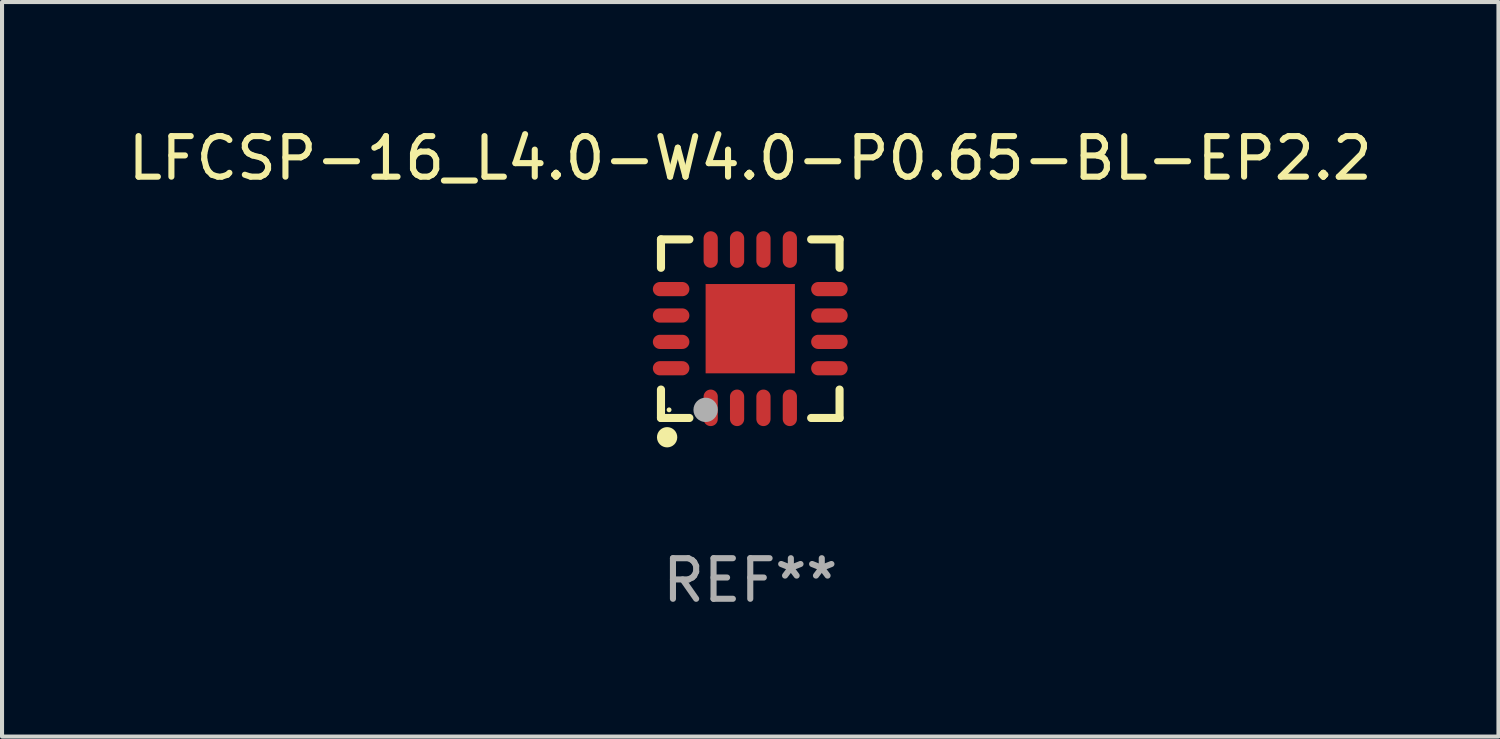
<source format=kicad_pcb>
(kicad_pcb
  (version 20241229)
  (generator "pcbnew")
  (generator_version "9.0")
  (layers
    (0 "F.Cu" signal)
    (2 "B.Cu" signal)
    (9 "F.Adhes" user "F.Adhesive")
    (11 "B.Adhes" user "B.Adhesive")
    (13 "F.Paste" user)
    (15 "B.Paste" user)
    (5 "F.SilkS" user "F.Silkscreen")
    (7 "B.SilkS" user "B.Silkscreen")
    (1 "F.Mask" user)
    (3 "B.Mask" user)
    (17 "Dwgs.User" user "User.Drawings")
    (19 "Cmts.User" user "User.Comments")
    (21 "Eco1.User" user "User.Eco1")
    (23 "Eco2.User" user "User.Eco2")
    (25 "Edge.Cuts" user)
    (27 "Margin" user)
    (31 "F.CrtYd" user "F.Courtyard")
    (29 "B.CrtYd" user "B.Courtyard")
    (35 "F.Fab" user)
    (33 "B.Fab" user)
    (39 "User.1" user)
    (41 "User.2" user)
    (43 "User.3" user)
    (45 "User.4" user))
  (footprint "LFCSP-16_L4.0-W4.0-P0.65-BL-EP2.2"
    (layer "F.Cu")
    (at 15.435 5.048)
    (property "Reference" "LFCSP-16_L4.0-W4.0-P0.65-BL-EP2.2" (at -0.000051 -4.2 0) (layer "F.SilkS") (effects (font (size 1 1) (thickness 0.15))))
    (attr smd)
    (fp_line (start -2.2 -2.2) (end -1.5 -2.2) (stroke (width 0.2) (type solid)) (layer "F.SilkS"))
    (fp_line (start -2.2 -1.5) (end -2.2 -2.2) (stroke (width 0.2) (type solid)) (layer "F.SilkS"))
    (fp_line (start -2.2 2.2) (end -2.2 1.5) (stroke (width 0.2) (type solid)) (layer "F.SilkS"))
    (fp_line (start -1.5 2.2) (end -2.2 2.2) (stroke (width 0.2) (type solid)) (layer "F.SilkS"))
    (fp_line (start 1.5 2.2) (end 2.2 2.2) (stroke (width 0.2) (type solid)) (layer "F.SilkS"))
    (fp_line (start 2.2 -2.2) (end 1.5 -2.2) (stroke (width 0.2) (type solid)) (layer "F.SilkS"))
    (fp_line (start 2.2 -1.5) (end 2.2 -2.2) (stroke (width 0.2) (type solid)) (layer "F.SilkS"))
    (fp_line (start 2.2 2.2) (end 2.2 1.5) (stroke (width 0.2) (type solid)) (layer "F.SilkS"))
    (fp_arc (start -2.047295 2.550114) (mid -2.048585 2.800094) (end -2.049795 2.550114) (stroke (width 0.25) (type solid)) (layer "F.SilkS"))
    (fp_circle (center -2 2) (end -1.97 2) (stroke (width 0.06) (type solid)) (fill no) (layer "F.SilkS"))
    (fp_circle (center -1.1 2) (end -0.95 2) (stroke (width 0.3) (type solid)) (fill no) (layer "F.Fab"))
    (fp_text user "REF**" (at -0.000051 6.2 0) (layer "F.Fab") (effects (font (size 1 1) (thickness 0.15))))
    (pad "1" smd oval (at -0.975 1.95 180) (size 0.35 0.9) (layers "F.Cu" "F.Mask" "F.Paste"))
    (pad "2" smd oval (at -0.325 1.95 180) (size 0.35 0.9) (layers "F.Cu" "F.Mask" "F.Paste"))
    (pad "3" smd oval (at 0.325 1.95 180) (size 0.35 0.9) (layers "F.Cu" "F.Mask" "F.Paste"))
    (pad "4" smd oval (at 0.975 1.95 180) (size 0.35 0.9) (layers "F.Cu" "F.Mask" "F.Paste"))
    (pad "5" smd oval (at 1.95 0.975 90) (size 0.35 0.9) (layers "F.Cu" "F.Mask" "F.Paste"))
    (pad "6" smd oval (at 1.95 0.325 90) (size 0.35 0.9) (layers "F.Cu" "F.Mask" "F.Paste"))
    (pad "7" smd oval (at 1.95 -0.325 90) (size 0.35 0.9) (layers "F.Cu" "F.Mask" "F.Paste"))
    (pad "8" smd oval (at 1.95 -0.975 90) (size 0.35 0.9) (layers "F.Cu" "F.Mask" "F.Paste"))
    (pad "9" smd oval (at 0.975 -1.95 180) (size 0.35 0.9) (layers "F.Cu" "F.Mask" "F.Paste"))
    (pad "10" smd oval (at 0.325 -1.95 180) (size 0.35 0.9) (layers "F.Cu" "F.Mask" "F.Paste"))
    (pad "11" smd oval (at -0.325 -1.95 180) (size 0.35 0.9) (layers "F.Cu" "F.Mask" "F.Paste"))
    (pad "12" smd oval (at -0.975 -1.95 180) (size 0.35 0.9) (layers "F.Cu" "F.Mask" "F.Paste"))
    (pad "13" smd oval (at -1.95 -0.975 90) (size 0.35 0.9) (layers "F.Cu" "F.Mask" "F.Paste"))
    (pad "14" smd oval (at -1.95 -0.325 90) (size 0.35 0.9) (layers "F.Cu" "F.Mask" "F.Paste"))
    (pad "15" smd oval (at -1.95 0.325 90) (size 0.35 0.9) (layers "F.Cu" "F.Mask" "F.Paste"))
    (pad "16" smd oval (at -1.95 0.975 90) (size 0.35 0.9) (layers "F.Cu" "F.Mask" "F.Paste"))
    (pad "17" smd rect (at 0 0 90) (size 2.2 2.2) (layers "F.Cu" "F.Mask" "F.Paste")))
  (gr_rect
    (start -3 -3)
    (end 33.869 15.097)
    (stroke (width 0.1) (type default))
    (fill no)
    (layer "Edge.Cuts")))
</source>
